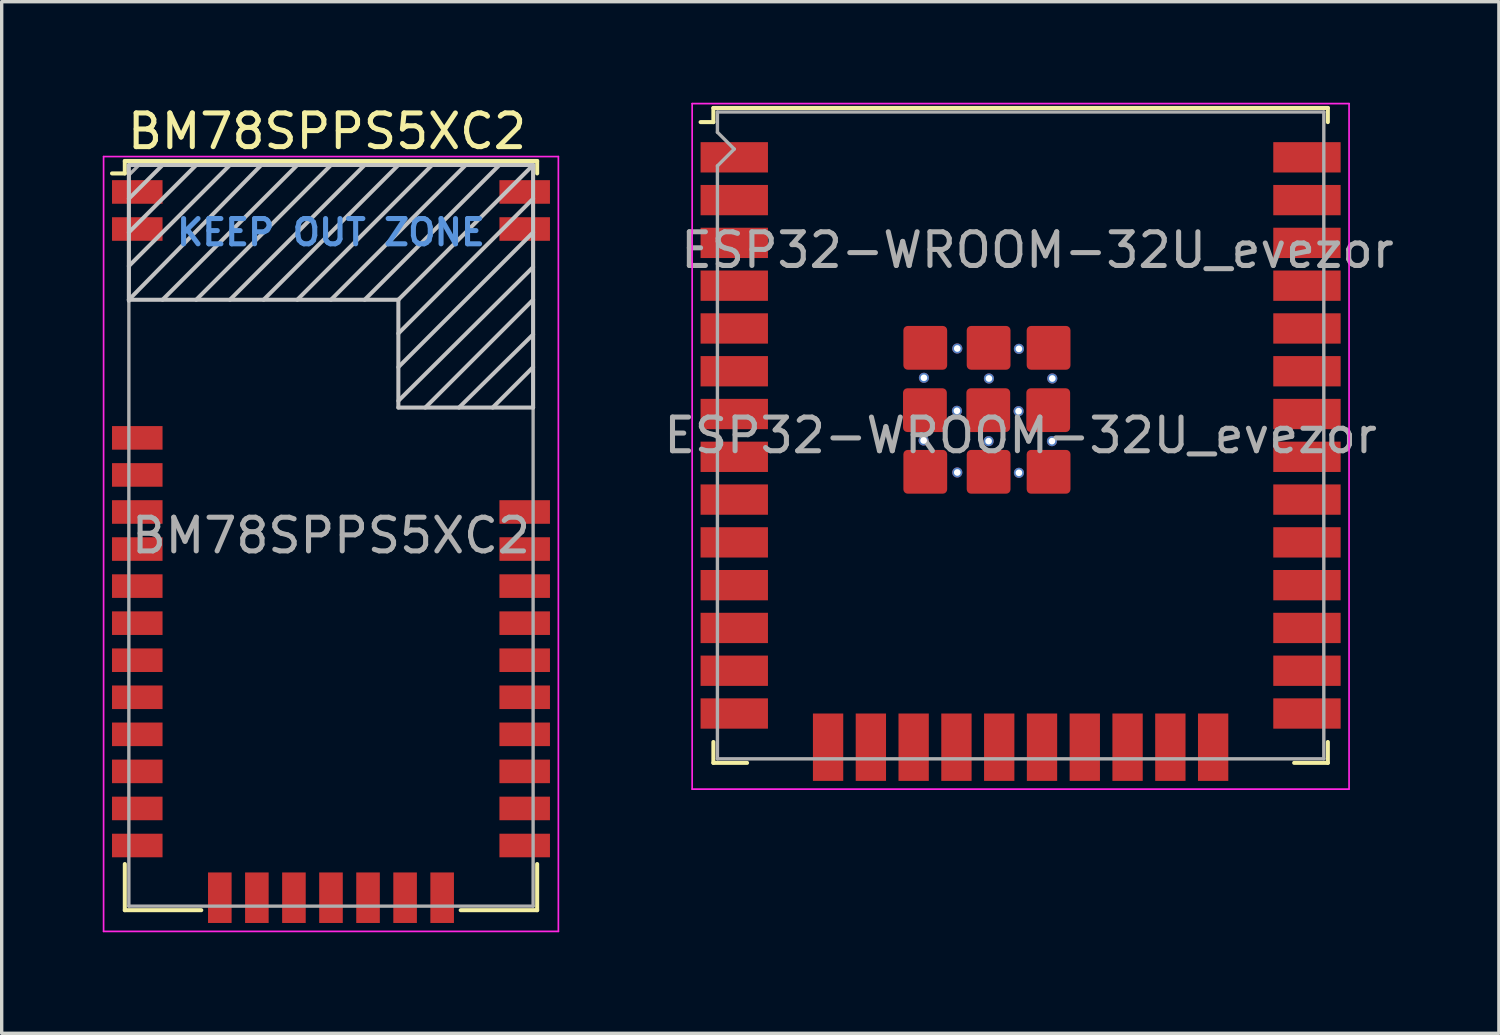
<source format=kicad_pcb>
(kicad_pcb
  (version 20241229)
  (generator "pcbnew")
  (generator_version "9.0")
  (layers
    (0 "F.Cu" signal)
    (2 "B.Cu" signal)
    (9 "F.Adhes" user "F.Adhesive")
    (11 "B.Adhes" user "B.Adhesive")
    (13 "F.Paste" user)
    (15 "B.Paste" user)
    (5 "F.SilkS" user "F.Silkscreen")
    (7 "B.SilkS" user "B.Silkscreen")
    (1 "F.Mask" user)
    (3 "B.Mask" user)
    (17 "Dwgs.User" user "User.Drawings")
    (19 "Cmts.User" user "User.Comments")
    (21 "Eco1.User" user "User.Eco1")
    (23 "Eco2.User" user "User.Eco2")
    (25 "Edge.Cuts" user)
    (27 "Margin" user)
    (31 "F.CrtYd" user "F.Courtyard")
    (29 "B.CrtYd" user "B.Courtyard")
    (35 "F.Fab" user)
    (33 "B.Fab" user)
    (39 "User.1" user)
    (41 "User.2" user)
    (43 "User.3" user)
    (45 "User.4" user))
  (footprint "BM78SPPS5XC2"
    (layer "F.Cu")
    (at 6.775 12.848)
    (property "Reference" "BM78SPPS5XC2" (at -6.12 -12 180) (layer "F.SilkS") (effects (font (size 1 1) (thickness 0.15)) (justify left)))
    (attr smd)
    (fp_line (start -6.12 -11.12) (end -6.12 -10.75) (stroke (width 0.12) (type solid)) (layer "F.SilkS"))
    (fp_line (start -6.12 -11.12) (end 6.12 -11.12) (stroke (width 0.12) (type solid)) (layer "F.SilkS"))
    (fp_line (start -6.12 -10.75) (end -6.5 -10.75) (stroke (width 0.12) (type solid)) (layer "F.SilkS"))
    (fp_line (start -6.12 9.75) (end -6.12 11.12) (stroke (width 0.12) (type solid)) (layer "F.SilkS"))
    (fp_line (start -6.12 11.12) (end -3.85 11.12) (stroke (width 0.12) (type solid)) (layer "F.SilkS"))
    (fp_line (start 6.12 -11.12) (end 6.12 -10.75) (stroke (width 0.12) (type solid)) (layer "F.SilkS"))
    (fp_line (start 6.12 11.12) (end 3.85 11.12) (stroke (width 0.12) (type solid)) (layer "F.SilkS"))
    (fp_line (start 6.12 11.12) (end 6.12 9.75) (stroke (width 0.12) (type solid)) (layer "F.SilkS"))
    (fp_line (start -6 -11) (end -6 -6.97) (stroke (width 0.12) (type solid)) (layer "Dwgs.User"))
    (fp_line (start -6 -7) (end 2 -7) (stroke (width 0.12) (type solid)) (layer "Dwgs.User"))
    (fp_line (start -5 -11) (end -6 -10) (stroke (width 0.12) (type solid)) (layer "Dwgs.User"))
    (fp_line (start -4 -11) (end -6 -9) (stroke (width 0.12) (type solid)) (layer "Dwgs.User"))
    (fp_line (start -3 -11) (end -6 -8) (stroke (width 0.12) (type solid)) (layer "Dwgs.User"))
    (fp_line (start -2.07 -11) (end -6 -7) (stroke (width 0.12) (type solid)) (layer "Dwgs.User"))
    (fp_line (start -1 -11) (end -5 -7) (stroke (width 0.12) (type solid)) (layer "Dwgs.User"))
    (fp_line (start 0 -11) (end -4 -7) (stroke (width 0.12) (type solid)) (layer "Dwgs.User"))
    (fp_line (start 1 -11) (end -3 -7) (stroke (width 0.12) (type solid)) (layer "Dwgs.User"))
    (fp_line (start 2 -11) (end -2 -7) (stroke (width 0.12) (type solid)) (layer "Dwgs.User"))
    (fp_line (start 2 -7) (end 2 -3.8) (stroke (width 0.12) (type solid)) (layer "Dwgs.User"))
    (fp_line (start 2 -6) (end 6 -10) (stroke (width 0.12) (type solid)) (layer "Dwgs.User"))
    (fp_line (start 2 -4) (end 6 -7.97) (stroke (width 0.12) (type solid)) (layer "Dwgs.User"))
    (fp_line (start 2 -3.8) (end 6 -3.8) (stroke (width 0.12) (type solid)) (layer "Dwgs.User"))
    (fp_line (start 3 -11) (end -1 -7) (stroke (width 0.12) (type solid)) (layer "Dwgs.User"))
    (fp_line (start 3.8 -3.8) (end 6 -5.97) (stroke (width 0.12) (type solid)) (layer "Dwgs.User"))
    (fp_line (start 4 -11) (end 0 -7) (stroke (width 0.12) (type solid)) (layer "Dwgs.User"))
    (fp_line (start 5 -11) (end 1 -7) (stroke (width 0.12) (type solid)) (layer "Dwgs.User"))
    (fp_line (start 6 -11) (end -6 -11) (stroke (width 0.12) (type solid)) (layer "Dwgs.User"))
    (fp_line (start 6 -11) (end 2 -7) (stroke (width 0.12) (type solid)) (layer "Dwgs.User"))
    (fp_line (start 6 -9) (end 2 -5) (stroke (width 0.12) (type solid)) (layer "Dwgs.User"))
    (fp_line (start 6 -7) (end 2.8 -3.8) (stroke (width 0.12) (type solid)) (layer "Dwgs.User"))
    (fp_line (start 6 -5) (end 4.8 -3.8) (stroke (width 0.12) (type solid)) (layer "Dwgs.User"))
    (fp_line (start 6 -3.8) (end 6 -11) (stroke (width 0.12) (type solid)) (layer "Dwgs.User"))
    (fp_line (start -6.75 -11.25) (end 6.75 -11.25) (stroke (width 0.05) (type solid)) (layer "F.CrtYd"))
    (fp_line (start -6.75 11.75) (end -6.75 -11.25) (stroke (width 0.05) (type solid)) (layer "F.CrtYd"))
    (fp_line (start 6.75 -11.25) (end 6.75 11.75) (stroke (width 0.05) (type solid)) (layer "F.CrtYd"))
    (fp_line (start 6.75 11.75) (end -6.75 11.75) (stroke (width 0.05) (type solid)) (layer "F.CrtYd"))
    (fp_line (start -6 -10.7) (end -6 11) (stroke (width 0.1) (type solid)) (layer "F.Fab"))
    (fp_line (start -6 11) (end 6 11) (stroke (width 0.1) (type solid)) (layer "F.Fab"))
    (fp_line (start -5.7 -11) (end -6 -10.7) (stroke (width 0.1) (type solid)) (layer "F.Fab"))
    (fp_line (start 6 -11) (end -5.7 -11) (stroke (width 0.1) (type solid)) (layer "F.Fab"))
    (fp_line (start 6 11) (end 6 -11) (stroke (width 0.1) (type solid)) (layer "F.Fab"))
    (fp_text user "KEEP OUT ZONE" (at 0 -9 0) (layer "Cmts.User") (effects (font (size 0.75 0.75) (thickness 0.15))))
    (fp_text user "${REFERENCE}" (at 0 0 0) (layer "F.Fab") (effects (font (size 1 1) (thickness 0.15))))
    (pad "1" smd rect (at -5.75 -10.2 270) (size 0.7 1.5) (layers "F.Cu" "F.Mask" "F.Paste"))
    (pad "2" smd rect (at -5.75 -9.1 270) (size 0.7 1.5) (layers "F.Cu" "F.Mask" "F.Paste"))
    (pad "3" smd rect (at -5.75 -2.9 270) (size 0.7 1.5) (layers "F.Cu" "F.Mask" "F.Paste"))
    (pad "4" smd rect (at -5.75 -1.8 270) (size 0.7 1.5) (layers "F.Cu" "F.Mask" "F.Paste"))
    (pad "5" smd rect (at -5.75 -0.7 270) (size 0.7 1.5) (layers "F.Cu" "F.Mask" "F.Paste"))
    (pad "6" smd rect (at -5.75 0.4 270) (size 0.7 1.5) (layers "F.Cu" "F.Mask" "F.Paste"))
    (pad "7" smd rect (at -5.75 1.5 270) (size 0.7 1.5) (layers "F.Cu" "F.Mask" "F.Paste"))
    (pad "8" smd rect (at -5.75 2.6 270) (size 0.7 1.5) (layers "F.Cu" "F.Mask" "F.Paste"))
    (pad "9" smd rect (at -5.75 3.7 270) (size 0.7 1.5) (layers "F.Cu" "F.Mask" "F.Paste"))
    (pad "10" smd rect (at -5.75 4.8 270) (size 0.7 1.5) (layers "F.Cu" "F.Mask" "F.Paste"))
    (pad "11" smd rect (at -5.75 5.9 270) (size 0.7 1.5) (layers "F.Cu" "F.Mask" "F.Paste"))
    (pad "12" smd rect (at -5.75 7 270) (size 0.7 1.5) (layers "F.Cu" "F.Mask" "F.Paste"))
    (pad "13" smd rect (at -5.75 8.1 270) (size 0.7 1.5) (layers "F.Cu" "F.Mask" "F.Paste"))
    (pad "14" smd rect (at -5.75 9.2 270) (size 0.7 1.5) (layers "F.Cu" "F.Mask" "F.Paste"))
    (pad "15" smd rect (at -3.3 10.75) (size 0.7 1.5) (layers "F.Cu" "F.Mask" "F.Paste"))
    (pad "16" smd rect (at -2.2 10.75) (size 0.7 1.5) (layers "F.Cu" "F.Mask" "F.Paste"))
    (pad "17" smd rect (at -1.1 10.75) (size 0.7 1.5) (layers "F.Cu" "F.Mask" "F.Paste"))
    (pad "18" smd rect (at 0 10.75) (size 0.7 1.5) (layers "F.Cu" "F.Mask" "F.Paste"))
    (pad "19" smd rect (at 1.1 10.75) (size 0.7 1.5) (layers "F.Cu" "F.Mask" "F.Paste"))
    (pad "20" smd rect (at 2.2 10.75) (size 0.7 1.5) (layers "F.Cu" "F.Mask" "F.Paste"))
    (pad "21" smd rect (at 3.3 10.75) (size 0.7 1.5) (layers "F.Cu" "F.Mask" "F.Paste"))
    (pad "22" smd rect (at 5.75 9.2 270) (size 0.7 1.5) (layers "F.Cu" "F.Mask" "F.Paste"))
    (pad "23" smd rect (at 5.75 8.1 270) (size 0.7 1.5) (layers "F.Cu" "F.Mask" "F.Paste"))
    (pad "24" smd rect (at 5.75 7 270) (size 0.7 1.5) (layers "F.Cu" "F.Mask" "F.Paste"))
    (pad "25" smd rect (at 5.75 5.9 270) (size 0.7 1.5) (layers "F.Cu" "F.Mask" "F.Paste"))
    (pad "26" smd rect (at 5.75 4.8 270) (size 0.7 1.5) (layers "F.Cu" "F.Mask" "F.Paste"))
    (pad "27" smd rect (at 5.75 3.7 270) (size 0.7 1.5) (layers "F.Cu" "F.Mask" "F.Paste"))
    (pad "28" smd rect (at 5.75 2.6 270) (size 0.7 1.5) (layers "F.Cu" "F.Mask" "F.Paste"))
    (pad "29" smd rect (at 5.75 1.5 270) (size 0.7 1.5) (layers "F.Cu" "F.Mask" "F.Paste"))
    (pad "30" smd rect (at 5.75 0.4 270) (size 0.7 1.5) (layers "F.Cu" "F.Mask" "F.Paste"))
    (pad "31" smd rect (at 5.75 -0.7 270) (size 0.7 1.5) (layers "F.Cu" "F.Mask" "F.Paste"))
    (pad "32" smd rect (at 5.75 -9.1 270) (size 0.7 1.5) (layers "F.Cu" "F.Mask" "F.Paste"))
    (pad "33" smd rect (at 5.75 -10.2 270) (size 0.7 1.5) (layers "F.Cu" "F.Mask" "F.Paste")))
  (footprint "ESP32-WROOM-32U_evezor"
    (layer "F.Cu")
    (at 27.246 9.875)
    (property "Reference" "ESP32-WROOM-32U_evezor" (at 0.5 -5.5 180) (layer "F.Fab") (effects (font (size 1 1) (thickness 0.15))))
    (attr smd)
    (fp_line (start -9.12 -9.72) (end -9.12 -9.3) (stroke (width 0.12) (type solid)) (layer "F.SilkS"))
    (fp_line (start -9.12 -9.72) (end 9.12 -9.72) (stroke (width 0.12) (type solid)) (layer "F.SilkS"))
    (fp_line (start -9.12 -9.3) (end -9.5 -9.3) (stroke (width 0.12) (type solid)) (layer "F.SilkS"))
    (fp_line (start -9.12 9.1) (end -9.12 9.72) (stroke (width 0.12) (type solid)) (layer "F.SilkS"))
    (fp_line (start -9.12 9.72) (end -8.12 9.72) (stroke (width 0.12) (type solid)) (layer "F.SilkS"))
    (fp_line (start 9.12 -9.72) (end 9.12 -9.3) (stroke (width 0.12) (type solid)) (layer "F.SilkS"))
    (fp_line (start 9.12 9.1) (end 9.12 9.72) (stroke (width 0.12) (type solid)) (layer "F.SilkS"))
    (fp_line (start 9.12 9.72) (end 8.12 9.72) (stroke (width 0.12) (type solid)) (layer "F.SilkS"))
    (fp_line (start -9.75 10.5) (end -9.75 -9.85) (stroke (width 0.05) (type solid)) (layer "F.CrtYd"))
    (fp_line (start -9.75 10.5) (end 9.75 10.5) (stroke (width 0.05) (type solid)) (layer "F.CrtYd"))
    (fp_line (start 9.75 -9.85) (end -9.75 -9.85) (stroke (width 0.05) (type solid)) (layer "F.CrtYd"))
    (fp_line (start 9.75 -9.85) (end 9.75 10.5) (stroke (width 0.05) (type solid)) (layer "F.CrtYd"))
    (fp_line (start -9 -9.6) (end -9 -9) (stroke (width 0.1) (type solid)) (layer "F.Fab"))
    (fp_line (start -9 -9.6) (end 9 -9.6) (stroke (width 0.1) (type solid)) (layer "F.Fab"))
    (fp_line (start -9 -8) (end -9 9.6) (stroke (width 0.1) (type solid)) (layer "F.Fab"))
    (fp_line (start -9 -8) (end -8.5 -8.5) (stroke (width 0.1) (type solid)) (layer "F.Fab"))
    (fp_line (start -9 9.6) (end 9 9.6) (stroke (width 0.1) (type solid)) (layer "F.Fab"))
    (fp_line (start -8.5 -8.5) (end -9 -9) (stroke (width 0.1) (type solid)) (layer "F.Fab"))
    (fp_line (start 9 9.6) (end 9 -9.6) (stroke (width 0.1) (type solid)) (layer "F.Fab"))
    (fp_text user "${REFERENCE}" (at 0 0 0) (layer "F.Fab") (effects (font (size 1 1) (thickness 0.15))))
    (pad "1" smd rect (at -8.5 -8.255) (size 2 0.9) (layers "F.Cu" "F.Mask" "F.Paste"))
    (pad "2" smd rect (at -8.5 -6.985) (size 2 0.9) (layers "F.Cu" "F.Mask" "F.Paste"))
    (pad "3" smd rect (at -8.5 -5.715) (size 2 0.9) (layers "F.Cu" "F.Mask" "F.Paste"))
    (pad "4" smd rect (at -8.5 -4.445) (size 2 0.9) (layers "F.Cu" "F.Mask" "F.Paste"))
    (pad "5" smd rect (at -8.5 -3.175) (size 2 0.9) (layers "F.Cu" "F.Mask" "F.Paste"))
    (pad "6" smd rect (at -8.5 -1.905) (size 2 0.9) (layers "F.Cu" "F.Mask" "F.Paste"))
    (pad "7" smd rect (at -8.5 -0.635) (size 2 0.9) (layers "F.Cu" "F.Mask" "F.Paste"))
    (pad "8" smd rect (at -8.5 0.635) (size 2 0.9) (layers "F.Cu" "F.Mask" "F.Paste"))
    (pad "9" smd rect (at -8.5 1.905) (size 2 0.9) (layers "F.Cu" "F.Mask" "F.Paste"))
    (pad "10" smd rect (at -8.5 3.175) (size 2 0.9) (layers "F.Cu" "F.Mask" "F.Paste"))
    (pad "11" smd rect (at -8.5 4.445) (size 2 0.9) (layers "F.Cu" "F.Mask" "F.Paste"))
    (pad "12" smd rect (at -8.5 5.715) (size 2 0.9) (layers "F.Cu" "F.Mask" "F.Paste"))
    (pad "13" smd rect (at -8.5 6.985) (size 2 0.9) (layers "F.Cu" "F.Mask" "F.Paste"))
    (pad "14" smd rect (at -8.5 8.255) (size 2 0.9) (layers "F.Cu" "F.Mask" "F.Paste"))
    (pad "15" smd rect (at -5.715 9.255 270) (size 2 0.9) (layers "F.Cu" "F.Mask" "F.Paste"))
    (pad "16" smd rect (at -4.445 9.255 90) (size 2 0.9) (layers "F.Cu" "F.Mask" "F.Paste"))
    (pad "17" smd rect (at -3.175 9.255 90) (size 2 0.9) (layers "F.Cu" "F.Mask" "F.Paste"))
    (pad "18" smd rect (at -1.905 9.255 90) (size 2 0.9) (layers "F.Cu" "F.Mask" "F.Paste"))
    (pad "19" smd rect (at -0.635 9.255 90) (size 2 0.9) (layers "F.Cu" "F.Mask" "F.Paste"))
    (pad "20" smd rect (at 0.635 9.255 90) (size 2 0.9) (layers "F.Cu" "F.Mask" "F.Paste"))
    (pad "21" smd rect (at 1.905 9.255 90) (size 2 0.9) (layers "F.Cu" "F.Mask" "F.Paste"))
    (pad "22" smd rect (at 3.175 9.255 90) (size 2 0.9) (layers "F.Cu" "F.Mask" "F.Paste"))
    (pad "23" smd rect (at 4.445 9.255 90) (size 2 0.9) (layers "F.Cu" "F.Mask" "F.Paste"))
    (pad "24" smd rect (at 5.715 9.255 90) (size 2 0.9) (layers "F.Cu" "F.Mask" "F.Paste"))
    (pad "25" smd rect (at 8.5 8.255) (size 2 0.9) (layers "F.Cu" "F.Mask" "F.Paste"))
    (pad "26" smd rect (at 8.5 6.985) (size 2 0.9) (layers "F.Cu" "F.Mask" "F.Paste"))
    (pad "27" smd rect (at 8.5 5.715) (size 2 0.9) (layers "F.Cu" "F.Mask" "F.Paste"))
    (pad "28" smd rect (at 8.5 4.445) (size 2 0.9) (layers "F.Cu" "F.Mask" "F.Paste"))
    (pad "29" smd rect (at 8.5 3.175) (size 2 0.9) (layers "F.Cu" "F.Mask" "F.Paste"))
    (pad "30" smd rect (at 8.5 1.905) (size 2 0.9) (layers "F.Cu" "F.Mask" "F.Paste"))
    (pad "31" smd rect (at 8.5 0.635) (size 2 0.9) (layers "F.Cu" "F.Mask" "F.Paste"))
    (pad "32" smd rect (at 8.5 -0.635) (size 2 0.9) (layers "F.Cu" "F.Mask" "F.Paste"))
    (pad "33" smd rect (at 8.5 -1.905) (size 2 0.9) (layers "F.Cu" "F.Mask" "F.Paste"))
    (pad "34" smd rect (at 8.5 -3.175) (size 2 0.9) (layers "F.Cu" "F.Mask" "F.Paste"))
    (pad "35" smd rect (at 8.5 -4.445) (size 2 0.9) (layers "F.Cu" "F.Mask" "F.Paste"))
    (pad "36" smd rect (at 8.5 -5.715) (size 2 0.9) (layers "F.Cu" "F.Mask" "F.Paste"))
    (pad "37" smd rect (at 8.5 -6.985) (size 2 0.9) (layers "F.Cu" "F.Mask" "F.Paste"))
    (pad "38" smd rect (at 8.5 -8.255) (size 2 0.9) (layers "F.Cu" "F.Mask" "F.Paste"))
    (pad "39" thru_hole circle (at -2.88 0.15) (size 0.3 0.3) (drill 0.2) (layers "*.Cu" "*.Mask"))
    (pad "39" thru_hole circle (at -2.87 -1.71) (size 0.3 0.3) (drill 0.2) (layers "*.Cu" "*.Mask"))
    (pad "39" smd roundrect (at -2.84 -0.75) (size 1.3 1.3) (layers "F.Cu" "F.Mask" "F.Paste") (roundrect_rratio 0.1))
    (pad "39" smd roundrect (at -2.83 -2.6) (size 1.3 1.3) (layers "F.Cu" "F.Mask" "F.Paste") (roundrect_rratio 0.1))
    (pad "39" smd roundrect (at -2.83 1.08) (size 1.3 1.3) (layers "F.Cu" "F.Mask" "F.Paste") (roundrect_rratio 0.1))
    (pad "39" thru_hole circle (at -1.89 -0.73) (size 0.3 0.3) (drill 0.2) (layers "*.Cu" "*.Mask"))
    (pad "39" thru_hole circle (at -1.88 -2.58) (size 0.3 0.3) (drill 0.2) (layers "*.Cu" "*.Mask"))
    (pad "39" thru_hole circle (at -1.88 1.1) (size 0.3 0.3) (drill 0.2) (layers "*.Cu" "*.Mask"))
    (pad "39" smd roundrect (at -0.96 -0.75) (size 1.3 1.3) (layers "F.Cu" "F.Mask" "F.Paste") (roundrect_rratio 0.1))
    (pad "39" smd roundrect (at -0.95 -2.6) (size 1.3 1.3) (layers "F.Cu" "F.Mask" "F.Paste") (roundrect_rratio 0.1))
    (pad "39" thru_hole circle (at -0.95 0.17) (size 0.3 0.3) (drill 0.2) (layers "*.Cu" "*.Mask"))
    (pad "39" smd roundrect (at -0.95 1.08) (size 1.3 1.3) (layers "F.Cu" "F.Mask" "F.Paste") (roundrect_rratio 0.1))
    (pad "39" thru_hole circle (at -0.94 -1.69) (size 0.3 0.3) (drill 0.2) (layers "*.Cu" "*.Mask"))
    (pad "39" thru_hole circle (at -0.06 -0.72) (size 0.3 0.3) (drill 0.2) (layers "*.Cu" "*.Mask"))
    (pad "39" thru_hole circle (at -0.05 -2.57) (size 0.3 0.3) (drill 0.2) (layers "*.Cu" "*.Mask"))
    (pad "39" thru_hole circle (at -0.05 1.11) (size 0.3 0.3) (drill 0.2) (layers "*.Cu" "*.Mask"))
    (pad "39" smd roundrect (at 0.82 -0.75) (size 1.3 1.3) (layers "F.Cu" "F.Mask" "F.Paste") (roundrect_rratio 0.1))
    (pad "39" smd roundrect (at 0.83 -2.6) (size 1.3 1.3) (layers "F.Cu" "F.Mask" "F.Paste") (roundrect_rratio 0.1))
    (pad "39" smd roundrect (at 0.83 1.08) (size 1.3 1.3) (layers "F.Cu" "F.Mask" "F.Paste") (roundrect_rratio 0.1))
    (pad "39" thru_hole circle (at 0.93 0.17) (size 0.3 0.3) (drill 0.2) (layers "*.Cu" "*.Mask"))
    (pad "39" thru_hole circle (at 0.94 -1.69) (size 0.3 0.3) (drill 0.2) (layers "*.Cu" "*.Mask")))
  (gr_rect
    (start -3 -3)
    (end 41.443 27.623)
    (stroke (width 0.1) (type default))
    (fill no)
    (layer "Edge.Cuts")))
</source>
